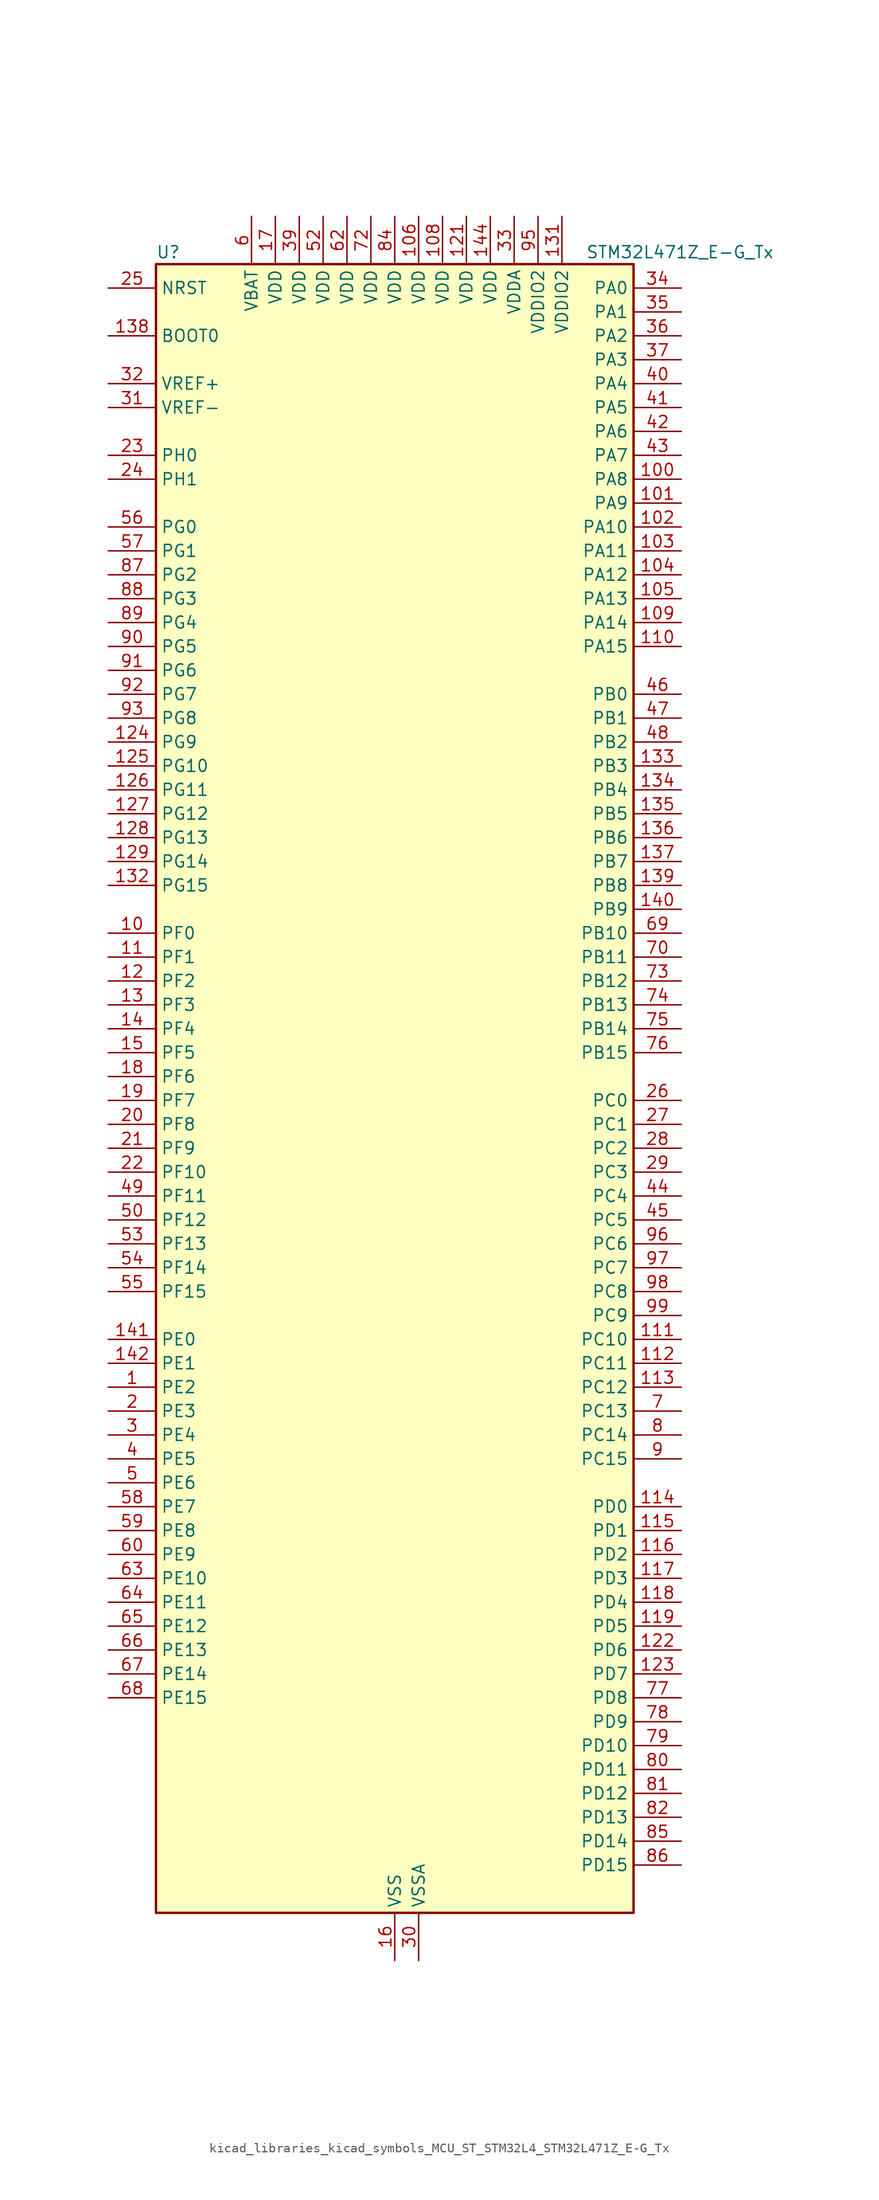
<source format=kicad_sym>
(kicad_symbol_lib
  (version 20220914)
  (generator kicad_symbol_editor)
  (symbol "kicad_libraries_kicad_symbols_MCU_ST_STM32L4_STM32L471Z_E-G_Tx"
    (property "Reference" "U"
      (at -25.4 90.17 0)
      (effects (font (size 1.27 1.27)) (justify left)))
    (property "Value" "STM32L471Z_E-G_Tx"
      (at 20.32 90.17 0)
      (effects (font (size 1.27 1.27)) (justify left)))
    (property "ki_locked" ""
      (at 0 0 0)
      (effects (font (size 1.27 1.27))))
    (symbol "kicad_libraries_kicad_symbols_MCU_ST_STM32L4_STM32L471Z_E-G_Tx_0_1"
      (rectangle (start -25.4 -86.36) (end 25.4 88.9) (stroke (width 0.254) (type default)) (fill (type background))))
    (symbol "kicad_libraries_kicad_symbols_MCU_ST_STM32L4_STM32L471Z_E-G_Tx_1_1"
      (pin bidirectional line (at -30.48 -30.48 0) (length 5.08) (name "PE2" (effects (font (size 1.27 1.27)))) (number "1" (effects (font (size 1.27 1.27)))) (alternate "FMC_A23" bidirectional line) (alternate "SAI1_MCLK_A" bidirectional line) (alternate "SYS_TRACECLK" bidirectional line) (alternate "TIM3_ETR" bidirectional line) (alternate "TSC_G7_IO1" bidirectional line))
      (pin bidirectional line (at -30.48 17.78 0) (length 5.08) (name "PF0" (effects (font (size 1.27 1.27)))) (number "10" (effects (font (size 1.27 1.27)))) (alternate "FMC_A0" bidirectional line) (alternate "I2C2_SDA" bidirectional line))
      (pin bidirectional line (at 30.48 66.04 180) (length 5.08) (name "PA8" (effects (font (size 1.27 1.27)))) (number "100" (effects (font (size 1.27 1.27)))) (alternate "LPTIM2_OUT" bidirectional line) (alternate "RCC_MCO" bidirectional line) (alternate "TIM1_CH1" bidirectional line) (alternate "USART1_CK" bidirectional line))
      (pin bidirectional line (at 30.48 63.5 180) (length 5.08) (name "PA9" (effects (font (size 1.27 1.27)))) (number "101" (effects (font (size 1.27 1.27)))) (alternate "DAC1_EXTI9" bidirectional line) (alternate "TIM15_BKIN" bidirectional line) (alternate "TIM1_CH2" bidirectional line) (alternate "USART1_TX" bidirectional line))
      (pin bidirectional line (at 30.48 60.96 180) (length 5.08) (name "PA10" (effects (font (size 1.27 1.27)))) (number "102" (effects (font (size 1.27 1.27)))) (alternate "TIM17_BKIN" bidirectional line) (alternate "TIM1_CH3" bidirectional line) (alternate "USART1_RX" bidirectional line))
      (pin bidirectional line (at 30.48 58.42 180) (length 5.08) (name "PA11" (effects (font (size 1.27 1.27)))) (number "103" (effects (font (size 1.27 1.27)))) (alternate "ADC1_EXTI11" bidirectional line) (alternate "ADC2_EXTI11" bidirectional line) (alternate "ADC3_EXTI11" bidirectional line) (alternate "CAN1_RX" bidirectional line) (alternate "TIM1_BKIN2" bidirectional line) (alternate "TIM1_BKIN2_COMP1" bidirectional line) (alternate "TIM1_CH4" bidirectional line) (alternate "USART1_CTS" bidirectional line))
      (pin bidirectional line (at 30.48 55.88 180) (length 5.08) (name "PA12" (effects (font (size 1.27 1.27)))) (number "104" (effects (font (size 1.27 1.27)))) (alternate "CAN1_TX" bidirectional line) (alternate "TIM1_ETR" bidirectional line) (alternate "USART1_DE" bidirectional line) (alternate "USART1_RTS" bidirectional line))
      (pin bidirectional line (at 30.48 53.34 180) (length 5.08) (name "PA13" (effects (font (size 1.27 1.27)))) (number "105" (effects (font (size 1.27 1.27)))) (alternate "IR_OUT" bidirectional line) (alternate "SYS_JTMS-SWDIO" bidirectional line))
      (pin power_in line (at 2.54 93.98 270) (length 5.08) (name "VDD" (effects (font (size 1.27 1.27)))) (number "106" (effects (font (size 1.27 1.27)))))
      (pin passive line (at 0 -91.44 90) (length 5.08) hide (name "VSS" (effects (font (size 1.27 1.27)))) (number "107" (effects (font (size 1.27 1.27)))))
      (pin power_in line (at 5.08 93.98 270) (length 5.08) (name "VDD" (effects (font (size 1.27 1.27)))) (number "108" (effects (font (size 1.27 1.27)))))
      (pin bidirectional line (at 30.48 50.8 180) (length 5.08) (name "PA14" (effects (font (size 1.27 1.27)))) (number "109" (effects (font (size 1.27 1.27)))) (alternate "SYS_JTCK-SWCLK" bidirectional line))
      (pin bidirectional line (at -30.48 15.24 0) (length 5.08) (name "PF1" (effects (font (size 1.27 1.27)))) (number "11" (effects (font (size 1.27 1.27)))) (alternate "FMC_A1" bidirectional line) (alternate "I2C2_SCL" bidirectional line))
      (pin bidirectional line (at 30.48 48.26 180) (length 5.08) (name "PA15" (effects (font (size 1.27 1.27)))) (number "110" (effects (font (size 1.27 1.27)))) (alternate "ADC1_EXTI15" bidirectional line) (alternate "ADC2_EXTI15" bidirectional line) (alternate "ADC3_EXTI15" bidirectional line) (alternate "SAI2_FS_B" bidirectional line) (alternate "SPI1_NSS" bidirectional line) (alternate "SPI3_NSS" bidirectional line) (alternate "SYS_JTDI" bidirectional line) (alternate "TIM2_CH1" bidirectional line) (alternate "TIM2_ETR" bidirectional line) (alternate "TSC_G3_IO1" bidirectional line) (alternate "UART4_DE" bidirectional line) (alternate "UART4_RTS" bidirectional line))
      (pin bidirectional line (at 30.48 -25.4 180) (length 5.08) (name "PC10" (effects (font (size 1.27 1.27)))) (number "111" (effects (font (size 1.27 1.27)))) (alternate "SAI2_SCK_B" bidirectional line) (alternate "SDMMC1_D2" bidirectional line) (alternate "SPI3_SCK" bidirectional line) (alternate "TSC_G3_IO2" bidirectional line) (alternate "UART4_TX" bidirectional line) (alternate "USART3_TX" bidirectional line))
      (pin bidirectional line (at 30.48 -27.94 180) (length 5.08) (name "PC11" (effects (font (size 1.27 1.27)))) (number "112" (effects (font (size 1.27 1.27)))) (alternate "ADC1_EXTI11" bidirectional line) (alternate "ADC2_EXTI11" bidirectional line) (alternate "ADC3_EXTI11" bidirectional line) (alternate "SAI2_MCLK_B" bidirectional line) (alternate "SDMMC1_D3" bidirectional line) (alternate "SPI3_MISO" bidirectional line) (alternate "TSC_G3_IO3" bidirectional line) (alternate "UART4_RX" bidirectional line) (alternate "USART3_RX" bidirectional line))
      (pin bidirectional line (at 30.48 -30.48 180) (length 5.08) (name "PC12" (effects (font (size 1.27 1.27)))) (number "113" (effects (font (size 1.27 1.27)))) (alternate "SAI2_SD_B" bidirectional line) (alternate "SDMMC1_CK" bidirectional line) (alternate "SPI3_MOSI" bidirectional line) (alternate "TSC_G3_IO4" bidirectional line) (alternate "UART5_TX" bidirectional line) (alternate "USART3_CK" bidirectional line))
      (pin bidirectional line (at 30.48 -43.18 180) (length 5.08) (name "PD0" (effects (font (size 1.27 1.27)))) (number "114" (effects (font (size 1.27 1.27)))) (alternate "CAN1_RX" bidirectional line) (alternate "DFSDM1_DATIN7" bidirectional line) (alternate "FMC_D2" bidirectional line) (alternate "FMC_DA2" bidirectional line) (alternate "SPI2_NSS" bidirectional line))
      (pin bidirectional line (at 30.48 -45.72 180) (length 5.08) (name "PD1" (effects (font (size 1.27 1.27)))) (number "115" (effects (font (size 1.27 1.27)))) (alternate "CAN1_TX" bidirectional line) (alternate "DFSDM1_CKIN7" bidirectional line) (alternate "FMC_D3" bidirectional line) (alternate "FMC_DA3" bidirectional line) (alternate "SPI2_SCK" bidirectional line))
      (pin bidirectional line (at 30.48 -48.26 180) (length 5.08) (name "PD2" (effects (font (size 1.27 1.27)))) (number "116" (effects (font (size 1.27 1.27)))) (alternate "SDMMC1_CMD" bidirectional line) (alternate "TIM3_ETR" bidirectional line) (alternate "TSC_SYNC" bidirectional line) (alternate "UART5_RX" bidirectional line) (alternate "USART3_DE" bidirectional line) (alternate "USART3_RTS" bidirectional line))
      (pin bidirectional line (at 30.48 -50.8 180) (length 5.08) (name "PD3" (effects (font (size 1.27 1.27)))) (number "117" (effects (font (size 1.27 1.27)))) (alternate "DFSDM1_DATIN0" bidirectional line) (alternate "FMC_CLK" bidirectional line) (alternate "SPI2_MISO" bidirectional line) (alternate "USART2_CTS" bidirectional line))
      (pin bidirectional line (at 30.48 -53.34 180) (length 5.08) (name "PD4" (effects (font (size 1.27 1.27)))) (number "118" (effects (font (size 1.27 1.27)))) (alternate "DFSDM1_CKIN0" bidirectional line) (alternate "FMC_NOE" bidirectional line) (alternate "SPI2_MOSI" bidirectional line) (alternate "USART2_DE" bidirectional line) (alternate "USART2_RTS" bidirectional line))
      (pin bidirectional line (at 30.48 -55.88 180) (length 5.08) (name "PD5" (effects (font (size 1.27 1.27)))) (number "119" (effects (font (size 1.27 1.27)))) (alternate "FMC_NWE" bidirectional line) (alternate "USART2_TX" bidirectional line))
      (pin bidirectional line (at -30.48 12.7 0) (length 5.08) (name "PF2" (effects (font (size 1.27 1.27)))) (number "12" (effects (font (size 1.27 1.27)))) (alternate "FMC_A2" bidirectional line) (alternate "I2C2_SMBA" bidirectional line))
      (pin passive line (at 0 -91.44 90) (length 5.08) hide (name "VSS" (effects (font (size 1.27 1.27)))) (number "120" (effects (font (size 1.27 1.27)))))
      (pin power_in line (at 7.62 93.98 270) (length 5.08) (name "VDD" (effects (font (size 1.27 1.27)))) (number "121" (effects (font (size 1.27 1.27)))))
      (pin bidirectional line (at 30.48 -58.42 180) (length 5.08) (name "PD6" (effects (font (size 1.27 1.27)))) (number "122" (effects (font (size 1.27 1.27)))) (alternate "DFSDM1_DATIN1" bidirectional line) (alternate "FMC_NWAIT" bidirectional line) (alternate "SAI1_SD_A" bidirectional line) (alternate "USART2_RX" bidirectional line))
      (pin bidirectional line (at 30.48 -60.96 180) (length 5.08) (name "PD7" (effects (font (size 1.27 1.27)))) (number "123" (effects (font (size 1.27 1.27)))) (alternate "DFSDM1_CKIN1" bidirectional line) (alternate "FMC_NE1" bidirectional line) (alternate "USART2_CK" bidirectional line))
      (pin bidirectional line (at -30.48 38.1 0) (length 5.08) (name "PG9" (effects (font (size 1.27 1.27)))) (number "124" (effects (font (size 1.27 1.27)))) (alternate "DAC1_EXTI9" bidirectional line) (alternate "FMC_NCE3" bidirectional line) (alternate "FMC_NE2" bidirectional line) (alternate "SAI2_SCK_A" bidirectional line) (alternate "SPI3_SCK" bidirectional line) (alternate "TIM15_CH1N" bidirectional line) (alternate "USART1_TX" bidirectional line))
      (pin bidirectional line (at -30.48 35.56 0) (length 5.08) (name "PG10" (effects (font (size 1.27 1.27)))) (number "125" (effects (font (size 1.27 1.27)))) (alternate "FMC_NE3" bidirectional line) (alternate "LPTIM1_IN1" bidirectional line) (alternate "SAI2_FS_A" bidirectional line) (alternate "SPI3_MISO" bidirectional line) (alternate "TIM15_CH1" bidirectional line) (alternate "USART1_RX" bidirectional line))
      (pin bidirectional line (at -30.48 33.02 0) (length 5.08) (name "PG11" (effects (font (size 1.27 1.27)))) (number "126" (effects (font (size 1.27 1.27)))) (alternate "ADC1_EXTI11" bidirectional line) (alternate "ADC2_EXTI11" bidirectional line) (alternate "ADC3_EXTI11" bidirectional line) (alternate "LPTIM1_IN2" bidirectional line) (alternate "SAI2_MCLK_A" bidirectional line) (alternate "SPI3_MOSI" bidirectional line) (alternate "TIM15_CH2" bidirectional line) (alternate "USART1_CTS" bidirectional line))
      (pin bidirectional line (at -30.48 30.48 0) (length 5.08) (name "PG12" (effects (font (size 1.27 1.27)))) (number "127" (effects (font (size 1.27 1.27)))) (alternate "FMC_NE4" bidirectional line) (alternate "LPTIM1_ETR" bidirectional line) (alternate "SAI2_SD_A" bidirectional line) (alternate "SPI3_NSS" bidirectional line) (alternate "USART1_DE" bidirectional line) (alternate "USART1_RTS" bidirectional line))
      (pin bidirectional line (at -30.48 27.94 0) (length 5.08) (name "PG13" (effects (font (size 1.27 1.27)))) (number "128" (effects (font (size 1.27 1.27)))) (alternate "FMC_A24" bidirectional line) (alternate "I2C1_SDA" bidirectional line) (alternate "USART1_CK" bidirectional line))
      (pin bidirectional line (at -30.48 25.4 0) (length 5.08) (name "PG14" (effects (font (size 1.27 1.27)))) (number "129" (effects (font (size 1.27 1.27)))) (alternate "FMC_A25" bidirectional line) (alternate "I2C1_SCL" bidirectional line))
      (pin bidirectional line (at -30.48 10.16 0) (length 5.08) (name "PF3" (effects (font (size 1.27 1.27)))) (number "13" (effects (font (size 1.27 1.27)))) (alternate "ADC3_IN6" bidirectional line) (alternate "FMC_A3" bidirectional line))
      (pin passive line (at 0 -91.44 90) (length 5.08) hide (name "VSS" (effects (font (size 1.27 1.27)))) (number "130" (effects (font (size 1.27 1.27)))))
      (pin power_in line (at 17.78 93.98 270) (length 5.08) (name "VDDIO2" (effects (font (size 1.27 1.27)))) (number "131" (effects (font (size 1.27 1.27)))))
      (pin bidirectional line (at -30.48 22.86 0) (length 5.08) (name "PG15" (effects (font (size 1.27 1.27)))) (number "132" (effects (font (size 1.27 1.27)))) (alternate "ADC1_EXTI15" bidirectional line) (alternate "ADC2_EXTI15" bidirectional line) (alternate "ADC3_EXTI15" bidirectional line) (alternate "I2C1_SMBA" bidirectional line) (alternate "LPTIM1_OUT" bidirectional line))
      (pin bidirectional line (at 30.48 35.56 180) (length 5.08) (name "PB3" (effects (font (size 1.27 1.27)))) (number "133" (effects (font (size 1.27 1.27)))) (alternate "COMP2_INM" bidirectional line) (alternate "SAI1_SCK_B" bidirectional line) (alternate "SPI1_SCK" bidirectional line) (alternate "SPI3_SCK" bidirectional line) (alternate "SYS_JTDO-SWO" bidirectional line) (alternate "TIM2_CH2" bidirectional line) (alternate "USART1_DE" bidirectional line) (alternate "USART1_RTS" bidirectional line))
      (pin bidirectional line (at 30.48 33.02 180) (length 5.08) (name "PB4" (effects (font (size 1.27 1.27)))) (number "134" (effects (font (size 1.27 1.27)))) (alternate "COMP2_INP" bidirectional line) (alternate "SAI1_MCLK_B" bidirectional line) (alternate "SPI1_MISO" bidirectional line) (alternate "SPI3_MISO" bidirectional line) (alternate "SYS_JTRST" bidirectional line) (alternate "TIM17_BKIN" bidirectional line) (alternate "TIM3_CH1" bidirectional line) (alternate "TSC_G2_IO1" bidirectional line) (alternate "UART5_DE" bidirectional line) (alternate "UART5_RTS" bidirectional line) (alternate "USART1_CTS" bidirectional line))
      (pin bidirectional line (at 30.48 30.48 180) (length 5.08) (name "PB5" (effects (font (size 1.27 1.27)))) (number "135" (effects (font (size 1.27 1.27)))) (alternate "COMP2_OUT" bidirectional line) (alternate "I2C1_SMBA" bidirectional line) (alternate "LPTIM1_IN1" bidirectional line) (alternate "SAI1_SD_B" bidirectional line) (alternate "SPI1_MOSI" bidirectional line) (alternate "SPI3_MOSI" bidirectional line) (alternate "TIM16_BKIN" bidirectional line) (alternate "TIM3_CH2" bidirectional line) (alternate "TSC_G2_IO2" bidirectional line) (alternate "UART5_CTS" bidirectional line) (alternate "USART1_CK" bidirectional line))
      (pin bidirectional line (at 30.48 27.94 180) (length 5.08) (name "PB6" (effects (font (size 1.27 1.27)))) (number "136" (effects (font (size 1.27 1.27)))) (alternate "COMP2_INP" bidirectional line) (alternate "DFSDM1_DATIN5" bidirectional line) (alternate "I2C1_SCL" bidirectional line) (alternate "LPTIM1_ETR" bidirectional line) (alternate "SAI1_FS_B" bidirectional line) (alternate "TIM16_CH1N" bidirectional line) (alternate "TIM4_CH1" bidirectional line) (alternate "TIM8_BKIN2" bidirectional line) (alternate "TIM8_BKIN2_COMP2" bidirectional line) (alternate "TSC_G2_IO3" bidirectional line) (alternate "USART1_TX" bidirectional line))
      (pin bidirectional line (at 30.48 25.4 180) (length 5.08) (name "PB7" (effects (font (size 1.27 1.27)))) (number "137" (effects (font (size 1.27 1.27)))) (alternate "COMP2_INM" bidirectional line) (alternate "DFSDM1_CKIN5" bidirectional line) (alternate "FMC_NL" bidirectional line) (alternate "I2C1_SDA" bidirectional line) (alternate "LPTIM1_IN2" bidirectional line) (alternate "SYS_PVD_IN" bidirectional line) (alternate "TIM17_CH1N" bidirectional line) (alternate "TIM4_CH2" bidirectional line) (alternate "TIM8_BKIN" bidirectional line) (alternate "TIM8_BKIN_COMP1" bidirectional line) (alternate "TSC_G2_IO4" bidirectional line) (alternate "UART4_CTS" bidirectional line) (alternate "USART1_RX" bidirectional line))
      (pin input line (at -30.48 81.28 0) (length 5.08) (name "BOOT0" (effects (font (size 1.27 1.27)))) (number "138" (effects (font (size 1.27 1.27)))))
      (pin bidirectional line (at 30.48 22.86 180) (length 5.08) (name "PB8" (effects (font (size 1.27 1.27)))) (number "139" (effects (font (size 1.27 1.27)))) (alternate "CAN1_RX" bidirectional line) (alternate "DFSDM1_DATIN6" bidirectional line) (alternate "I2C1_SCL" bidirectional line) (alternate "SAI1_MCLK_A" bidirectional line) (alternate "SDMMC1_D4" bidirectional line) (alternate "TIM16_CH1" bidirectional line) (alternate "TIM4_CH3" bidirectional line))
      (pin bidirectional line (at -30.48 7.62 0) (length 5.08) (name "PF4" (effects (font (size 1.27 1.27)))) (number "14" (effects (font (size 1.27 1.27)))) (alternate "ADC3_IN7" bidirectional line) (alternate "FMC_A4" bidirectional line))
      (pin bidirectional line (at 30.48 20.32 180) (length 5.08) (name "PB9" (effects (font (size 1.27 1.27)))) (number "140" (effects (font (size 1.27 1.27)))) (alternate "CAN1_TX" bidirectional line) (alternate "DAC1_EXTI9" bidirectional line) (alternate "DFSDM1_CKIN6" bidirectional line) (alternate "I2C1_SDA" bidirectional line) (alternate "IR_OUT" bidirectional line) (alternate "SAI1_FS_A" bidirectional line) (alternate "SDMMC1_D5" bidirectional line) (alternate "SPI2_NSS" bidirectional line) (alternate "TIM17_CH1" bidirectional line) (alternate "TIM4_CH4" bidirectional line))
      (pin bidirectional line (at -30.48 -25.4 0) (length 5.08) (name "PE0" (effects (font (size 1.27 1.27)))) (number "141" (effects (font (size 1.27 1.27)))) (alternate "FMC_NBL0" bidirectional line) (alternate "TIM16_CH1" bidirectional line) (alternate "TIM4_ETR" bidirectional line))
      (pin bidirectional line (at -30.48 -27.94 0) (length 5.08) (name "PE1" (effects (font (size 1.27 1.27)))) (number "142" (effects (font (size 1.27 1.27)))) (alternate "FMC_NBL1" bidirectional line) (alternate "TIM17_CH1" bidirectional line))
      (pin passive line (at 0 -91.44 90) (length 5.08) hide (name "VSS" (effects (font (size 1.27 1.27)))) (number "143" (effects (font (size 1.27 1.27)))))
      (pin power_in line (at 10.16 93.98 270) (length 5.08) (name "VDD" (effects (font (size 1.27 1.27)))) (number "144" (effects (font (size 1.27 1.27)))))
      (pin bidirectional line (at -30.48 5.08 0) (length 5.08) (name "PF5" (effects (font (size 1.27 1.27)))) (number "15" (effects (font (size 1.27 1.27)))) (alternate "ADC3_IN8" bidirectional line) (alternate "FMC_A5" bidirectional line))
      (pin power_in line (at 0 -91.44 90) (length 5.08) (name "VSS" (effects (font (size 1.27 1.27)))) (number "16" (effects (font (size 1.27 1.27)))))
      (pin power_in line (at -12.7 93.98 270) (length 5.08) (name "VDD" (effects (font (size 1.27 1.27)))) (number "17" (effects (font (size 1.27 1.27)))))
      (pin bidirectional line (at -30.48 2.54 0) (length 5.08) (name "PF6" (effects (font (size 1.27 1.27)))) (number "18" (effects (font (size 1.27 1.27)))) (alternate "ADC3_IN9" bidirectional line) (alternate "SAI1_SD_B" bidirectional line) (alternate "TIM5_CH1" bidirectional line) (alternate "TIM5_ETR" bidirectional line))
      (pin bidirectional line (at -30.48 0 0) (length 5.08) (name "PF7" (effects (font (size 1.27 1.27)))) (number "19" (effects (font (size 1.27 1.27)))) (alternate "ADC3_IN10" bidirectional line) (alternate "SAI1_MCLK_B" bidirectional line) (alternate "TIM5_CH2" bidirectional line))
      (pin bidirectional line (at -30.48 -33.02 0) (length 5.08) (name "PE3" (effects (font (size 1.27 1.27)))) (number "2" (effects (font (size 1.27 1.27)))) (alternate "FMC_A19" bidirectional line) (alternate "SAI1_SD_B" bidirectional line) (alternate "SYS_TRACED0" bidirectional line) (alternate "TIM3_CH1" bidirectional line) (alternate "TSC_G7_IO2" bidirectional line))
      (pin bidirectional line (at -30.48 -2.54 0) (length 5.08) (name "PF8" (effects (font (size 1.27 1.27)))) (number "20" (effects (font (size 1.27 1.27)))) (alternate "ADC3_IN11" bidirectional line) (alternate "SAI1_SCK_B" bidirectional line) (alternate "TIM5_CH3" bidirectional line))
      (pin bidirectional line (at -30.48 -5.08 0) (length 5.08) (name "PF9" (effects (font (size 1.27 1.27)))) (number "21" (effects (font (size 1.27 1.27)))) (alternate "ADC3_IN12" bidirectional line) (alternate "DAC1_EXTI9" bidirectional line) (alternate "SAI1_FS_B" bidirectional line) (alternate "TIM15_CH1" bidirectional line) (alternate "TIM5_CH4" bidirectional line))
      (pin bidirectional line (at -30.48 -7.62 0) (length 5.08) (name "PF10" (effects (font (size 1.27 1.27)))) (number "22" (effects (font (size 1.27 1.27)))) (alternate "ADC3_IN13" bidirectional line) (alternate "TIM15_CH2" bidirectional line))
      (pin bidirectional line (at -30.48 68.58 0) (length 5.08) (name "PH0" (effects (font (size 1.27 1.27)))) (number "23" (effects (font (size 1.27 1.27)))) (alternate "RCC_OSC_IN" bidirectional line))
      (pin bidirectional line (at -30.48 66.04 0) (length 5.08) (name "PH1" (effects (font (size 1.27 1.27)))) (number "24" (effects (font (size 1.27 1.27)))) (alternate "RCC_OSC_OUT" bidirectional line))
      (pin input line (at -30.48 86.36 0) (length 5.08) (name "NRST" (effects (font (size 1.27 1.27)))) (number "25" (effects (font (size 1.27 1.27)))))
      (pin bidirectional line (at 30.48 0 180) (length 5.08) (name "PC0" (effects (font (size 1.27 1.27)))) (number "26" (effects (font (size 1.27 1.27)))) (alternate "ADC1_IN1" bidirectional line) (alternate "ADC2_IN1" bidirectional line) (alternate "ADC3_IN1" bidirectional line) (alternate "DFSDM1_DATIN4" bidirectional line) (alternate "I2C3_SCL" bidirectional line) (alternate "LPTIM1_IN1" bidirectional line) (alternate "LPTIM2_IN1" bidirectional line) (alternate "LPUART1_RX" bidirectional line))
      (pin bidirectional line (at 30.48 -2.54 180) (length 5.08) (name "PC1" (effects (font (size 1.27 1.27)))) (number "27" (effects (font (size 1.27 1.27)))) (alternate "ADC1_IN2" bidirectional line) (alternate "ADC2_IN2" bidirectional line) (alternate "ADC3_IN2" bidirectional line) (alternate "DFSDM1_CKIN4" bidirectional line) (alternate "I2C3_SDA" bidirectional line) (alternate "LPTIM1_OUT" bidirectional line) (alternate "LPUART1_TX" bidirectional line))
      (pin bidirectional line (at 30.48 -5.08 180) (length 5.08) (name "PC2" (effects (font (size 1.27 1.27)))) (number "28" (effects (font (size 1.27 1.27)))) (alternate "ADC1_IN3" bidirectional line) (alternate "ADC2_IN3" bidirectional line) (alternate "ADC3_IN3" bidirectional line) (alternate "DFSDM1_CKOUT" bidirectional line) (alternate "LPTIM1_IN2" bidirectional line) (alternate "SPI2_MISO" bidirectional line))
      (pin bidirectional line (at 30.48 -7.62 180) (length 5.08) (name "PC3" (effects (font (size 1.27 1.27)))) (number "29" (effects (font (size 1.27 1.27)))) (alternate "ADC1_IN4" bidirectional line) (alternate "ADC2_IN4" bidirectional line) (alternate "ADC3_IN4" bidirectional line) (alternate "LPTIM1_ETR" bidirectional line) (alternate "LPTIM2_ETR" bidirectional line) (alternate "SAI1_SD_A" bidirectional line) (alternate "SPI2_MOSI" bidirectional line))
      (pin bidirectional line (at -30.48 -35.56 0) (length 5.08) (name "PE4" (effects (font (size 1.27 1.27)))) (number "3" (effects (font (size 1.27 1.27)))) (alternate "DFSDM1_DATIN3" bidirectional line) (alternate "FMC_A20" bidirectional line) (alternate "SAI1_FS_A" bidirectional line) (alternate "SYS_TRACED1" bidirectional line) (alternate "TIM3_CH2" bidirectional line) (alternate "TSC_G7_IO3" bidirectional line))
      (pin power_in line (at 2.54 -91.44 90) (length 5.08) (name "VSSA" (effects (font (size 1.27 1.27)))) (number "30" (effects (font (size 1.27 1.27)))))
      (pin input line (at -30.48 73.66 0) (length 5.08) (name "VREF-" (effects (font (size 1.27 1.27)))) (number "31" (effects (font (size 1.27 1.27)))))
      (pin input line (at -30.48 76.2 0) (length 5.08) (name "VREF+" (effects (font (size 1.27 1.27)))) (number "32" (effects (font (size 1.27 1.27)))) (alternate "VREFBUF_OUT" bidirectional line))
      (pin power_in line (at 12.7 93.98 270) (length 5.08) (name "VDDA" (effects (font (size 1.27 1.27)))) (number "33" (effects (font (size 1.27 1.27)))))
      (pin bidirectional line (at 30.48 86.36 180) (length 5.08) (name "PA0" (effects (font (size 1.27 1.27)))) (number "34" (effects (font (size 1.27 1.27)))) (alternate "ADC1_IN5" bidirectional line) (alternate "ADC2_IN5" bidirectional line) (alternate "OPAMP1_VINP" bidirectional line) (alternate "RTC_TAMP2" bidirectional line) (alternate "SAI1_EXTCLK" bidirectional line) (alternate "SYS_WKUP1" bidirectional line) (alternate "TIM2_CH1" bidirectional line) (alternate "TIM2_ETR" bidirectional line) (alternate "TIM5_CH1" bidirectional line) (alternate "TIM8_ETR" bidirectional line) (alternate "UART4_TX" bidirectional line) (alternate "USART2_CTS" bidirectional line))
      (pin bidirectional line (at 30.48 83.82 180) (length 5.08) (name "PA1" (effects (font (size 1.27 1.27)))) (number "35" (effects (font (size 1.27 1.27)))) (alternate "ADC1_IN6" bidirectional line) (alternate "ADC2_IN6" bidirectional line) (alternate "OPAMP1_VINM" bidirectional line) (alternate "TIM15_CH1N" bidirectional line) (alternate "TIM2_CH2" bidirectional line) (alternate "TIM5_CH2" bidirectional line) (alternate "UART4_RX" bidirectional line) (alternate "USART2_DE" bidirectional line) (alternate "USART2_RTS" bidirectional line))
      (pin bidirectional line (at 30.48 81.28 180) (length 5.08) (name "PA2" (effects (font (size 1.27 1.27)))) (number "36" (effects (font (size 1.27 1.27)))) (alternate "ADC1_IN7" bidirectional line) (alternate "ADC2_IN7" bidirectional line) (alternate "RCC_LSCO" bidirectional line) (alternate "SAI2_EXTCLK" bidirectional line) (alternate "SYS_WKUP4" bidirectional line) (alternate "TIM15_CH1" bidirectional line) (alternate "TIM2_CH3" bidirectional line) (alternate "TIM5_CH3" bidirectional line) (alternate "USART2_TX" bidirectional line))
      (pin bidirectional line (at 30.48 78.74 180) (length 5.08) (name "PA3" (effects (font (size 1.27 1.27)))) (number "37" (effects (font (size 1.27 1.27)))) (alternate "ADC1_IN8" bidirectional line) (alternate "ADC2_IN8" bidirectional line) (alternate "OPAMP1_VOUT" bidirectional line) (alternate "TIM15_CH2" bidirectional line) (alternate "TIM2_CH4" bidirectional line) (alternate "TIM5_CH4" bidirectional line) (alternate "USART2_RX" bidirectional line))
      (pin passive line (at 0 -91.44 90) (length 5.08) hide (name "VSS" (effects (font (size 1.27 1.27)))) (number "38" (effects (font (size 1.27 1.27)))))
      (pin power_in line (at -10.16 93.98 270) (length 5.08) (name "VDD" (effects (font (size 1.27 1.27)))) (number "39" (effects (font (size 1.27 1.27)))))
      (pin bidirectional line (at -30.48 -38.1 0) (length 5.08) (name "PE5" (effects (font (size 1.27 1.27)))) (number "4" (effects (font (size 1.27 1.27)))) (alternate "DFSDM1_CKIN3" bidirectional line) (alternate "FMC_A21" bidirectional line) (alternate "SAI1_SCK_A" bidirectional line) (alternate "SYS_TRACED2" bidirectional line) (alternate "TIM3_CH3" bidirectional line) (alternate "TSC_G7_IO4" bidirectional line))
      (pin bidirectional line (at 30.48 76.2 180) (length 5.08) (name "PA4" (effects (font (size 1.27 1.27)))) (number "40" (effects (font (size 1.27 1.27)))) (alternate "ADC1_IN9" bidirectional line) (alternate "ADC2_IN9" bidirectional line) (alternate "DAC1_OUT1" bidirectional line) (alternate "LPTIM2_OUT" bidirectional line) (alternate "SAI1_FS_B" bidirectional line) (alternate "SPI1_NSS" bidirectional line) (alternate "SPI3_NSS" bidirectional line) (alternate "USART2_CK" bidirectional line))
      (pin bidirectional line (at 30.48 73.66 180) (length 5.08) (name "PA5" (effects (font (size 1.27 1.27)))) (number "41" (effects (font (size 1.27 1.27)))) (alternate "ADC1_IN10" bidirectional line) (alternate "ADC2_IN10" bidirectional line) (alternate "DAC1_OUT2" bidirectional line) (alternate "LPTIM2_ETR" bidirectional line) (alternate "SPI1_SCK" bidirectional line) (alternate "TIM2_CH1" bidirectional line) (alternate "TIM2_ETR" bidirectional line) (alternate "TIM8_CH1N" bidirectional line))
      (pin bidirectional line (at 30.48 71.12 180) (length 5.08) (name "PA6" (effects (font (size 1.27 1.27)))) (number "42" (effects (font (size 1.27 1.27)))) (alternate "ADC1_IN11" bidirectional line) (alternate "ADC2_IN11" bidirectional line) (alternate "OPAMP2_VINP" bidirectional line) (alternate "QUADSPI_BK1_IO3" bidirectional line) (alternate "SPI1_MISO" bidirectional line) (alternate "TIM16_CH1" bidirectional line) (alternate "TIM1_BKIN" bidirectional line) (alternate "TIM1_BKIN_COMP2" bidirectional line) (alternate "TIM3_CH1" bidirectional line) (alternate "TIM8_BKIN" bidirectional line) (alternate "TIM8_BKIN_COMP2" bidirectional line) (alternate "USART3_CTS" bidirectional line))
      (pin bidirectional line (at 30.48 68.58 180) (length 5.08) (name "PA7" (effects (font (size 1.27 1.27)))) (number "43" (effects (font (size 1.27 1.27)))) (alternate "ADC1_IN12" bidirectional line) (alternate "ADC2_IN12" bidirectional line) (alternate "OPAMP2_VINM" bidirectional line) (alternate "QUADSPI_BK1_IO2" bidirectional line) (alternate "SPI1_MOSI" bidirectional line) (alternate "TIM17_CH1" bidirectional line) (alternate "TIM1_CH1N" bidirectional line) (alternate "TIM3_CH2" bidirectional line) (alternate "TIM8_CH1N" bidirectional line))
      (pin bidirectional line (at 30.48 -10.16 180) (length 5.08) (name "PC4" (effects (font (size 1.27 1.27)))) (number "44" (effects (font (size 1.27 1.27)))) (alternate "ADC1_IN13" bidirectional line) (alternate "ADC2_IN13" bidirectional line) (alternate "COMP1_INM" bidirectional line) (alternate "USART3_TX" bidirectional line))
      (pin bidirectional line (at 30.48 -12.7 180) (length 5.08) (name "PC5" (effects (font (size 1.27 1.27)))) (number "45" (effects (font (size 1.27 1.27)))) (alternate "ADC1_IN14" bidirectional line) (alternate "ADC2_IN14" bidirectional line) (alternate "COMP1_INP" bidirectional line) (alternate "SYS_WKUP5" bidirectional line) (alternate "USART3_RX" bidirectional line))
      (pin bidirectional line (at 30.48 43.18 180) (length 5.08) (name "PB0" (effects (font (size 1.27 1.27)))) (number "46" (effects (font (size 1.27 1.27)))) (alternate "ADC1_IN15" bidirectional line) (alternate "ADC2_IN15" bidirectional line) (alternate "COMP1_OUT" bidirectional line) (alternate "OPAMP2_VOUT" bidirectional line) (alternate "QUADSPI_BK1_IO1" bidirectional line) (alternate "TIM1_CH2N" bidirectional line) (alternate "TIM3_CH3" bidirectional line) (alternate "TIM8_CH2N" bidirectional line) (alternate "USART3_CK" bidirectional line))
      (pin bidirectional line (at 30.48 40.64 180) (length 5.08) (name "PB1" (effects (font (size 1.27 1.27)))) (number "47" (effects (font (size 1.27 1.27)))) (alternate "ADC1_IN16" bidirectional line) (alternate "ADC2_IN16" bidirectional line) (alternate "COMP1_INM" bidirectional line) (alternate "DFSDM1_DATIN0" bidirectional line) (alternate "LPTIM2_IN1" bidirectional line) (alternate "QUADSPI_BK1_IO0" bidirectional line) (alternate "TIM1_CH3N" bidirectional line) (alternate "TIM3_CH4" bidirectional line) (alternate "TIM8_CH3N" bidirectional line) (alternate "USART3_DE" bidirectional line) (alternate "USART3_RTS" bidirectional line))
      (pin bidirectional line (at 30.48 38.1 180) (length 5.08) (name "PB2" (effects (font (size 1.27 1.27)))) (number "48" (effects (font (size 1.27 1.27)))) (alternate "COMP1_INP" bidirectional line) (alternate "DFSDM1_CKIN0" bidirectional line) (alternate "I2C3_SMBA" bidirectional line) (alternate "LPTIM1_OUT" bidirectional line) (alternate "RTC_OUT_ALARM" bidirectional line) (alternate "RTC_OUT_CALIB" bidirectional line))
      (pin bidirectional line (at -30.48 -10.16 0) (length 5.08) (name "PF11" (effects (font (size 1.27 1.27)))) (number "49" (effects (font (size 1.27 1.27)))) (alternate "ADC1_EXTI11" bidirectional line) (alternate "ADC2_EXTI11" bidirectional line) (alternate "ADC3_EXTI11" bidirectional line))
      (pin bidirectional line (at -30.48 -40.64 0) (length 5.08) (name "PE6" (effects (font (size 1.27 1.27)))) (number "5" (effects (font (size 1.27 1.27)))) (alternate "FMC_A22" bidirectional line) (alternate "RTC_TAMP3" bidirectional line) (alternate "SAI1_SD_A" bidirectional line) (alternate "SYS_TRACED3" bidirectional line) (alternate "SYS_WKUP3" bidirectional line) (alternate "TIM3_CH4" bidirectional line))
      (pin bidirectional line (at -30.48 -12.7 0) (length 5.08) (name "PF12" (effects (font (size 1.27 1.27)))) (number "50" (effects (font (size 1.27 1.27)))) (alternate "FMC_A6" bidirectional line))
      (pin passive line (at 0 -91.44 90) (length 5.08) hide (name "VSS" (effects (font (size 1.27 1.27)))) (number "51" (effects (font (size 1.27 1.27)))))
      (pin power_in line (at -7.62 93.98 270) (length 5.08) (name "VDD" (effects (font (size 1.27 1.27)))) (number "52" (effects (font (size 1.27 1.27)))))
      (pin bidirectional line (at -30.48 -15.24 0) (length 5.08) (name "PF13" (effects (font (size 1.27 1.27)))) (number "53" (effects (font (size 1.27 1.27)))) (alternate "DFSDM1_DATIN6" bidirectional line) (alternate "FMC_A7" bidirectional line))
      (pin bidirectional line (at -30.48 -17.78 0) (length 5.08) (name "PF14" (effects (font (size 1.27 1.27)))) (number "54" (effects (font (size 1.27 1.27)))) (alternate "DFSDM1_CKIN6" bidirectional line) (alternate "FMC_A8" bidirectional line) (alternate "TSC_G8_IO1" bidirectional line))
      (pin bidirectional line (at -30.48 -20.32 0) (length 5.08) (name "PF15" (effects (font (size 1.27 1.27)))) (number "55" (effects (font (size 1.27 1.27)))) (alternate "ADC1_EXTI15" bidirectional line) (alternate "ADC2_EXTI15" bidirectional line) (alternate "ADC3_EXTI15" bidirectional line) (alternate "FMC_A9" bidirectional line) (alternate "TSC_G8_IO2" bidirectional line))
      (pin bidirectional line (at -30.48 60.96 0) (length 5.08) (name "PG0" (effects (font (size 1.27 1.27)))) (number "56" (effects (font (size 1.27 1.27)))) (alternate "FMC_A10" bidirectional line) (alternate "TSC_G8_IO3" bidirectional line))
      (pin bidirectional line (at -30.48 58.42 0) (length 5.08) (name "PG1" (effects (font (size 1.27 1.27)))) (number "57" (effects (font (size 1.27 1.27)))) (alternate "FMC_A11" bidirectional line) (alternate "TSC_G8_IO4" bidirectional line))
      (pin bidirectional line (at -30.48 -43.18 0) (length 5.08) (name "PE7" (effects (font (size 1.27 1.27)))) (number "58" (effects (font (size 1.27 1.27)))) (alternate "DFSDM1_DATIN2" bidirectional line) (alternate "FMC_D4" bidirectional line) (alternate "FMC_DA4" bidirectional line) (alternate "SAI1_SD_B" bidirectional line) (alternate "TIM1_ETR" bidirectional line))
      (pin bidirectional line (at -30.48 -45.72 0) (length 5.08) (name "PE8" (effects (font (size 1.27 1.27)))) (number "59" (effects (font (size 1.27 1.27)))) (alternate "DFSDM1_CKIN2" bidirectional line) (alternate "FMC_D5" bidirectional line) (alternate "FMC_DA5" bidirectional line) (alternate "SAI1_SCK_B" bidirectional line) (alternate "TIM1_CH1N" bidirectional line))
      (pin power_in line (at -15.24 93.98 270) (length 5.08) (name "VBAT" (effects (font (size 1.27 1.27)))) (number "6" (effects (font (size 1.27 1.27)))))
      (pin bidirectional line (at -30.48 -48.26 0) (length 5.08) (name "PE9" (effects (font (size 1.27 1.27)))) (number "60" (effects (font (size 1.27 1.27)))) (alternate "DAC1_EXTI9" bidirectional line) (alternate "DFSDM1_CKOUT" bidirectional line) (alternate "FMC_D6" bidirectional line) (alternate "FMC_DA6" bidirectional line) (alternate "SAI1_FS_B" bidirectional line) (alternate "TIM1_CH1" bidirectional line))
      (pin passive line (at 0 -91.44 90) (length 5.08) hide (name "VSS" (effects (font (size 1.27 1.27)))) (number "61" (effects (font (size 1.27 1.27)))))
      (pin power_in line (at -5.08 93.98 270) (length 5.08) (name "VDD" (effects (font (size 1.27 1.27)))) (number "62" (effects (font (size 1.27 1.27)))))
      (pin bidirectional line (at -30.48 -50.8 0) (length 5.08) (name "PE10" (effects (font (size 1.27 1.27)))) (number "63" (effects (font (size 1.27 1.27)))) (alternate "DFSDM1_DATIN4" bidirectional line) (alternate "FMC_D7" bidirectional line) (alternate "FMC_DA7" bidirectional line) (alternate "QUADSPI_CLK" bidirectional line) (alternate "SAI1_MCLK_B" bidirectional line) (alternate "TIM1_CH2N" bidirectional line) (alternate "TSC_G5_IO1" bidirectional line))
      (pin bidirectional line (at -30.48 -53.34 0) (length 5.08) (name "PE11" (effects (font (size 1.27 1.27)))) (number "64" (effects (font (size 1.27 1.27)))) (alternate "ADC1_EXTI11" bidirectional line) (alternate "ADC2_EXTI11" bidirectional line) (alternate "ADC3_EXTI11" bidirectional line) (alternate "DFSDM1_CKIN4" bidirectional line) (alternate "FMC_D8" bidirectional line) (alternate "FMC_DA8" bidirectional line) (alternate "QUADSPI_NCS" bidirectional line) (alternate "TIM1_CH2" bidirectional line) (alternate "TSC_G5_IO2" bidirectional line))
      (pin bidirectional line (at -30.48 -55.88 0) (length 5.08) (name "PE12" (effects (font (size 1.27 1.27)))) (number "65" (effects (font (size 1.27 1.27)))) (alternate "DFSDM1_DATIN5" bidirectional line) (alternate "FMC_D9" bidirectional line) (alternate "FMC_DA9" bidirectional line) (alternate "QUADSPI_BK1_IO0" bidirectional line) (alternate "SPI1_NSS" bidirectional line) (alternate "TIM1_CH3N" bidirectional line) (alternate "TSC_G5_IO3" bidirectional line))
      (pin bidirectional line (at -30.48 -58.42 0) (length 5.08) (name "PE13" (effects (font (size 1.27 1.27)))) (number "66" (effects (font (size 1.27 1.27)))) (alternate "DFSDM1_CKIN5" bidirectional line) (alternate "FMC_D10" bidirectional line) (alternate "FMC_DA10" bidirectional line) (alternate "QUADSPI_BK1_IO1" bidirectional line) (alternate "SPI1_SCK" bidirectional line) (alternate "TIM1_CH3" bidirectional line) (alternate "TSC_G5_IO4" bidirectional line))
      (pin bidirectional line (at -30.48 -60.96 0) (length 5.08) (name "PE14" (effects (font (size 1.27 1.27)))) (number "67" (effects (font (size 1.27 1.27)))) (alternate "FMC_D11" bidirectional line) (alternate "FMC_DA11" bidirectional line) (alternate "QUADSPI_BK1_IO2" bidirectional line) (alternate "SPI1_MISO" bidirectional line) (alternate "TIM1_BKIN2" bidirectional line) (alternate "TIM1_BKIN2_COMP2" bidirectional line) (alternate "TIM1_CH4" bidirectional line))
      (pin bidirectional line (at -30.48 -63.5 0) (length 5.08) (name "PE15" (effects (font (size 1.27 1.27)))) (number "68" (effects (font (size 1.27 1.27)))) (alternate "ADC1_EXTI15" bidirectional line) (alternate "ADC2_EXTI15" bidirectional line) (alternate "ADC3_EXTI15" bidirectional line) (alternate "FMC_D12" bidirectional line) (alternate "FMC_DA12" bidirectional line) (alternate "QUADSPI_BK1_IO3" bidirectional line) (alternate "SPI1_MOSI" bidirectional line) (alternate "TIM1_BKIN" bidirectional line) (alternate "TIM1_BKIN_COMP1" bidirectional line))
      (pin bidirectional line (at 30.48 17.78 180) (length 5.08) (name "PB10" (effects (font (size 1.27 1.27)))) (number "69" (effects (font (size 1.27 1.27)))) (alternate "COMP1_OUT" bidirectional line) (alternate "DFSDM1_DATIN7" bidirectional line) (alternate "I2C2_SCL" bidirectional line) (alternate "LPUART1_RX" bidirectional line) (alternate "QUADSPI_CLK" bidirectional line) (alternate "SAI1_SCK_A" bidirectional line) (alternate "SPI2_SCK" bidirectional line) (alternate "TIM2_CH3" bidirectional line) (alternate "USART3_TX" bidirectional line))
      (pin bidirectional line (at 30.48 -33.02 180) (length 5.08) (name "PC13" (effects (font (size 1.27 1.27)))) (number "7" (effects (font (size 1.27 1.27)))) (alternate "RTC_OUT_ALARM" bidirectional line) (alternate "RTC_OUT_CALIB" bidirectional line) (alternate "RTC_TAMP1" bidirectional line) (alternate "RTC_TS" bidirectional line) (alternate "SYS_WKUP2" bidirectional line))
      (pin bidirectional line (at 30.48 15.24 180) (length 5.08) (name "PB11" (effects (font (size 1.27 1.27)))) (number "70" (effects (font (size 1.27 1.27)))) (alternate "ADC1_EXTI11" bidirectional line) (alternate "ADC2_EXTI11" bidirectional line) (alternate "ADC3_EXTI11" bidirectional line) (alternate "COMP2_OUT" bidirectional line) (alternate "DFSDM1_CKIN7" bidirectional line) (alternate "I2C2_SDA" bidirectional line) (alternate "LPUART1_TX" bidirectional line) (alternate "QUADSPI_NCS" bidirectional line) (alternate "TIM2_CH4" bidirectional line) (alternate "USART3_RX" bidirectional line))
      (pin passive line (at 0 -91.44 90) (length 5.08) hide (name "VSS" (effects (font (size 1.27 1.27)))) (number "71" (effects (font (size 1.27 1.27)))))
      (pin power_in line (at -2.54 93.98 270) (length 5.08) (name "VDD" (effects (font (size 1.27 1.27)))) (number "72" (effects (font (size 1.27 1.27)))))
      (pin bidirectional line (at 30.48 12.7 180) (length 5.08) (name "PB12" (effects (font (size 1.27 1.27)))) (number "73" (effects (font (size 1.27 1.27)))) (alternate "DFSDM1_DATIN1" bidirectional line) (alternate "I2C2_SMBA" bidirectional line) (alternate "LPUART1_DE" bidirectional line) (alternate "LPUART1_RTS" bidirectional line) (alternate "SAI2_FS_A" bidirectional line) (alternate "SPI2_NSS" bidirectional line) (alternate "SWPMI1_IO" bidirectional line) (alternate "TIM15_BKIN" bidirectional line) (alternate "TIM1_BKIN" bidirectional line) (alternate "TIM1_BKIN_COMP2" bidirectional line) (alternate "TSC_G1_IO1" bidirectional line) (alternate "USART3_CK" bidirectional line))
      (pin bidirectional line (at 30.48 10.16 180) (length 5.08) (name "PB13" (effects (font (size 1.27 1.27)))) (number "74" (effects (font (size 1.27 1.27)))) (alternate "DFSDM1_CKIN1" bidirectional line) (alternate "I2C2_SCL" bidirectional line) (alternate "LPUART1_CTS" bidirectional line) (alternate "SAI2_SCK_A" bidirectional line) (alternate "SPI2_SCK" bidirectional line) (alternate "SWPMI1_TX" bidirectional line) (alternate "TIM15_CH1N" bidirectional line) (alternate "TIM1_CH1N" bidirectional line) (alternate "TSC_G1_IO2" bidirectional line) (alternate "USART3_CTS" bidirectional line))
      (pin bidirectional line (at 30.48 7.62 180) (length 5.08) (name "PB14" (effects (font (size 1.27 1.27)))) (number "75" (effects (font (size 1.27 1.27)))) (alternate "DFSDM1_DATIN2" bidirectional line) (alternate "I2C2_SDA" bidirectional line) (alternate "SAI2_MCLK_A" bidirectional line) (alternate "SPI2_MISO" bidirectional line) (alternate "SWPMI1_RX" bidirectional line) (alternate "TIM15_CH1" bidirectional line) (alternate "TIM1_CH2N" bidirectional line) (alternate "TIM8_CH2N" bidirectional line) (alternate "TSC_G1_IO3" bidirectional line) (alternate "USART3_DE" bidirectional line) (alternate "USART3_RTS" bidirectional line))
      (pin bidirectional line (at 30.48 5.08 180) (length 5.08) (name "PB15" (effects (font (size 1.27 1.27)))) (number "76" (effects (font (size 1.27 1.27)))) (alternate "ADC1_EXTI15" bidirectional line) (alternate "ADC2_EXTI15" bidirectional line) (alternate "ADC3_EXTI15" bidirectional line) (alternate "DFSDM1_CKIN2" bidirectional line) (alternate "RTC_REFIN" bidirectional line) (alternate "SAI2_SD_A" bidirectional line) (alternate "SPI2_MOSI" bidirectional line) (alternate "SWPMI1_SUSPEND" bidirectional line) (alternate "TIM15_CH2" bidirectional line) (alternate "TIM1_CH3N" bidirectional line) (alternate "TIM8_CH3N" bidirectional line) (alternate "TSC_G1_IO4" bidirectional line))
      (pin bidirectional line (at 30.48 -63.5 180) (length 5.08) (name "PD8" (effects (font (size 1.27 1.27)))) (number "77" (effects (font (size 1.27 1.27)))) (alternate "FMC_D13" bidirectional line) (alternate "FMC_DA13" bidirectional line) (alternate "USART3_TX" bidirectional line))
      (pin bidirectional line (at 30.48 -66.04 180) (length 5.08) (name "PD9" (effects (font (size 1.27 1.27)))) (number "78" (effects (font (size 1.27 1.27)))) (alternate "DAC1_EXTI9" bidirectional line) (alternate "FMC_D14" bidirectional line) (alternate "FMC_DA14" bidirectional line) (alternate "SAI2_MCLK_A" bidirectional line) (alternate "USART3_RX" bidirectional line))
      (pin bidirectional line (at 30.48 -68.58 180) (length 5.08) (name "PD10" (effects (font (size 1.27 1.27)))) (number "79" (effects (font (size 1.27 1.27)))) (alternate "FMC_D15" bidirectional line) (alternate "FMC_DA15" bidirectional line) (alternate "SAI2_SCK_A" bidirectional line) (alternate "TSC_G6_IO1" bidirectional line) (alternate "USART3_CK" bidirectional line))
      (pin bidirectional line (at 30.48 -35.56 180) (length 5.08) (name "PC14" (effects (font (size 1.27 1.27)))) (number "8" (effects (font (size 1.27 1.27)))) (alternate "RCC_OSC32_IN" bidirectional line))
      (pin bidirectional line (at 30.48 -71.12 180) (length 5.08) (name "PD11" (effects (font (size 1.27 1.27)))) (number "80" (effects (font (size 1.27 1.27)))) (alternate "ADC1_EXTI11" bidirectional line) (alternate "ADC2_EXTI11" bidirectional line) (alternate "ADC3_EXTI11" bidirectional line) (alternate "FMC_A16" bidirectional line) (alternate "FMC_CLE" bidirectional line) (alternate "LPTIM2_ETR" bidirectional line) (alternate "SAI2_SD_A" bidirectional line) (alternate "TSC_G6_IO2" bidirectional line) (alternate "USART3_CTS" bidirectional line))
      (pin bidirectional line (at 30.48 -73.66 180) (length 5.08) (name "PD12" (effects (font (size 1.27 1.27)))) (number "81" (effects (font (size 1.27 1.27)))) (alternate "FMC_A17" bidirectional line) (alternate "FMC_ALE" bidirectional line) (alternate "LPTIM2_IN1" bidirectional line) (alternate "SAI2_FS_A" bidirectional line) (alternate "TIM4_CH1" bidirectional line) (alternate "TSC_G6_IO3" bidirectional line) (alternate "USART3_DE" bidirectional line) (alternate "USART3_RTS" bidirectional line))
      (pin bidirectional line (at 30.48 -76.2 180) (length 5.08) (name "PD13" (effects (font (size 1.27 1.27)))) (number "82" (effects (font (size 1.27 1.27)))) (alternate "FMC_A18" bidirectional line) (alternate "LPTIM2_OUT" bidirectional line) (alternate "TIM4_CH2" bidirectional line) (alternate "TSC_G6_IO4" bidirectional line))
      (pin passive line (at 0 -91.44 90) (length 5.08) hide (name "VSS" (effects (font (size 1.27 1.27)))) (number "83" (effects (font (size 1.27 1.27)))))
      (pin power_in line (at 0 93.98 270) (length 5.08) (name "VDD" (effects (font (size 1.27 1.27)))) (number "84" (effects (font (size 1.27 1.27)))))
      (pin bidirectional line (at 30.48 -78.74 180) (length 5.08) (name "PD14" (effects (font (size 1.27 1.27)))) (number "85" (effects (font (size 1.27 1.27)))) (alternate "FMC_D0" bidirectional line) (alternate "FMC_DA0" bidirectional line) (alternate "TIM4_CH3" bidirectional line))
      (pin bidirectional line (at 30.48 -81.28 180) (length 5.08) (name "PD15" (effects (font (size 1.27 1.27)))) (number "86" (effects (font (size 1.27 1.27)))) (alternate "ADC1_EXTI15" bidirectional line) (alternate "ADC2_EXTI15" bidirectional line) (alternate "ADC3_EXTI15" bidirectional line) (alternate "FMC_D1" bidirectional line) (alternate "FMC_DA1" bidirectional line) (alternate "TIM4_CH4" bidirectional line))
      (pin bidirectional line (at -30.48 55.88 0) (length 5.08) (name "PG2" (effects (font (size 1.27 1.27)))) (number "87" (effects (font (size 1.27 1.27)))) (alternate "FMC_A12" bidirectional line) (alternate "SAI2_SCK_B" bidirectional line) (alternate "SPI1_SCK" bidirectional line))
      (pin bidirectional line (at -30.48 53.34 0) (length 5.08) (name "PG3" (effects (font (size 1.27 1.27)))) (number "88" (effects (font (size 1.27 1.27)))) (alternate "FMC_A13" bidirectional line) (alternate "SAI2_FS_B" bidirectional line) (alternate "SPI1_MISO" bidirectional line))
      (pin bidirectional line (at -30.48 50.8 0) (length 5.08) (name "PG4" (effects (font (size 1.27 1.27)))) (number "89" (effects (font (size 1.27 1.27)))) (alternate "FMC_A14" bidirectional line) (alternate "SAI2_MCLK_B" bidirectional line) (alternate "SPI1_MOSI" bidirectional line))
      (pin bidirectional line (at 30.48 -38.1 180) (length 5.08) (name "PC15" (effects (font (size 1.27 1.27)))) (number "9" (effects (font (size 1.27 1.27)))) (alternate "ADC1_EXTI15" bidirectional line) (alternate "ADC2_EXTI15" bidirectional line) (alternate "ADC3_EXTI15" bidirectional line) (alternate "RCC_OSC32_OUT" bidirectional line))
      (pin bidirectional line (at -30.48 48.26 0) (length 5.08) (name "PG5" (effects (font (size 1.27 1.27)))) (number "90" (effects (font (size 1.27 1.27)))) (alternate "FMC_A15" bidirectional line) (alternate "LPUART1_CTS" bidirectional line) (alternate "SAI2_SD_B" bidirectional line) (alternate "SPI1_NSS" bidirectional line))
      (pin bidirectional line (at -30.48 45.72 0) (length 5.08) (name "PG6" (effects (font (size 1.27 1.27)))) (number "91" (effects (font (size 1.27 1.27)))) (alternate "I2C3_SMBA" bidirectional line) (alternate "LPUART1_DE" bidirectional line) (alternate "LPUART1_RTS" bidirectional line))
      (pin bidirectional line (at -30.48 43.18 0) (length 5.08) (name "PG7" (effects (font (size 1.27 1.27)))) (number "92" (effects (font (size 1.27 1.27)))) (alternate "FMC_INT3" bidirectional line) (alternate "I2C3_SCL" bidirectional line) (alternate "LPUART1_TX" bidirectional line))
      (pin bidirectional line (at -30.48 40.64 0) (length 5.08) (name "PG8" (effects (font (size 1.27 1.27)))) (number "93" (effects (font (size 1.27 1.27)))) (alternate "I2C3_SDA" bidirectional line) (alternate "LPUART1_RX" bidirectional line))
      (pin passive line (at 0 -91.44 90) (length 5.08) hide (name "VSS" (effects (font (size 1.27 1.27)))) (number "94" (effects (font (size 1.27 1.27)))))
      (pin power_in line (at 15.24 93.98 270) (length 5.08) (name "VDDIO2" (effects (font (size 1.27 1.27)))) (number "95" (effects (font (size 1.27 1.27)))))
      (pin bidirectional line (at 30.48 -15.24 180) (length 5.08) (name "PC6" (effects (font (size 1.27 1.27)))) (number "96" (effects (font (size 1.27 1.27)))) (alternate "DFSDM1_CKIN3" bidirectional line) (alternate "SAI2_MCLK_A" bidirectional line) (alternate "SDMMC1_D6" bidirectional line) (alternate "TIM3_CH1" bidirectional line) (alternate "TIM8_CH1" bidirectional line) (alternate "TSC_G4_IO1" bidirectional line))
      (pin bidirectional line (at 30.48 -17.78 180) (length 5.08) (name "PC7" (effects (font (size 1.27 1.27)))) (number "97" (effects (font (size 1.27 1.27)))) (alternate "DFSDM1_DATIN3" bidirectional line) (alternate "SAI2_MCLK_B" bidirectional line) (alternate "SDMMC1_D7" bidirectional line) (alternate "TIM3_CH2" bidirectional line) (alternate "TIM8_CH2" bidirectional line) (alternate "TSC_G4_IO2" bidirectional line))
      (pin bidirectional line (at 30.48 -20.32 180) (length 5.08) (name "PC8" (effects (font (size 1.27 1.27)))) (number "98" (effects (font (size 1.27 1.27)))) (alternate "SDMMC1_D0" bidirectional line) (alternate "TIM3_CH3" bidirectional line) (alternate "TIM8_CH3" bidirectional line) (alternate "TSC_G4_IO3" bidirectional line))
      (pin bidirectional line (at 30.48 -22.86 180) (length 5.08) (name "PC9" (effects (font (size 1.27 1.27)))) (number "99" (effects (font (size 1.27 1.27)))) (alternate "DAC1_EXTI9" bidirectional line) (alternate "SAI2_EXTCLK" bidirectional line) (alternate "SDMMC1_D1" bidirectional line) (alternate "TIM3_CH4" bidirectional line) (alternate "TIM8_BKIN2" bidirectional line) (alternate "TIM8_BKIN2_COMP1" bidirectional line) (alternate "TIM8_CH4" bidirectional line) (alternate "TSC_G4_IO4" bidirectional line)))))
</source>
